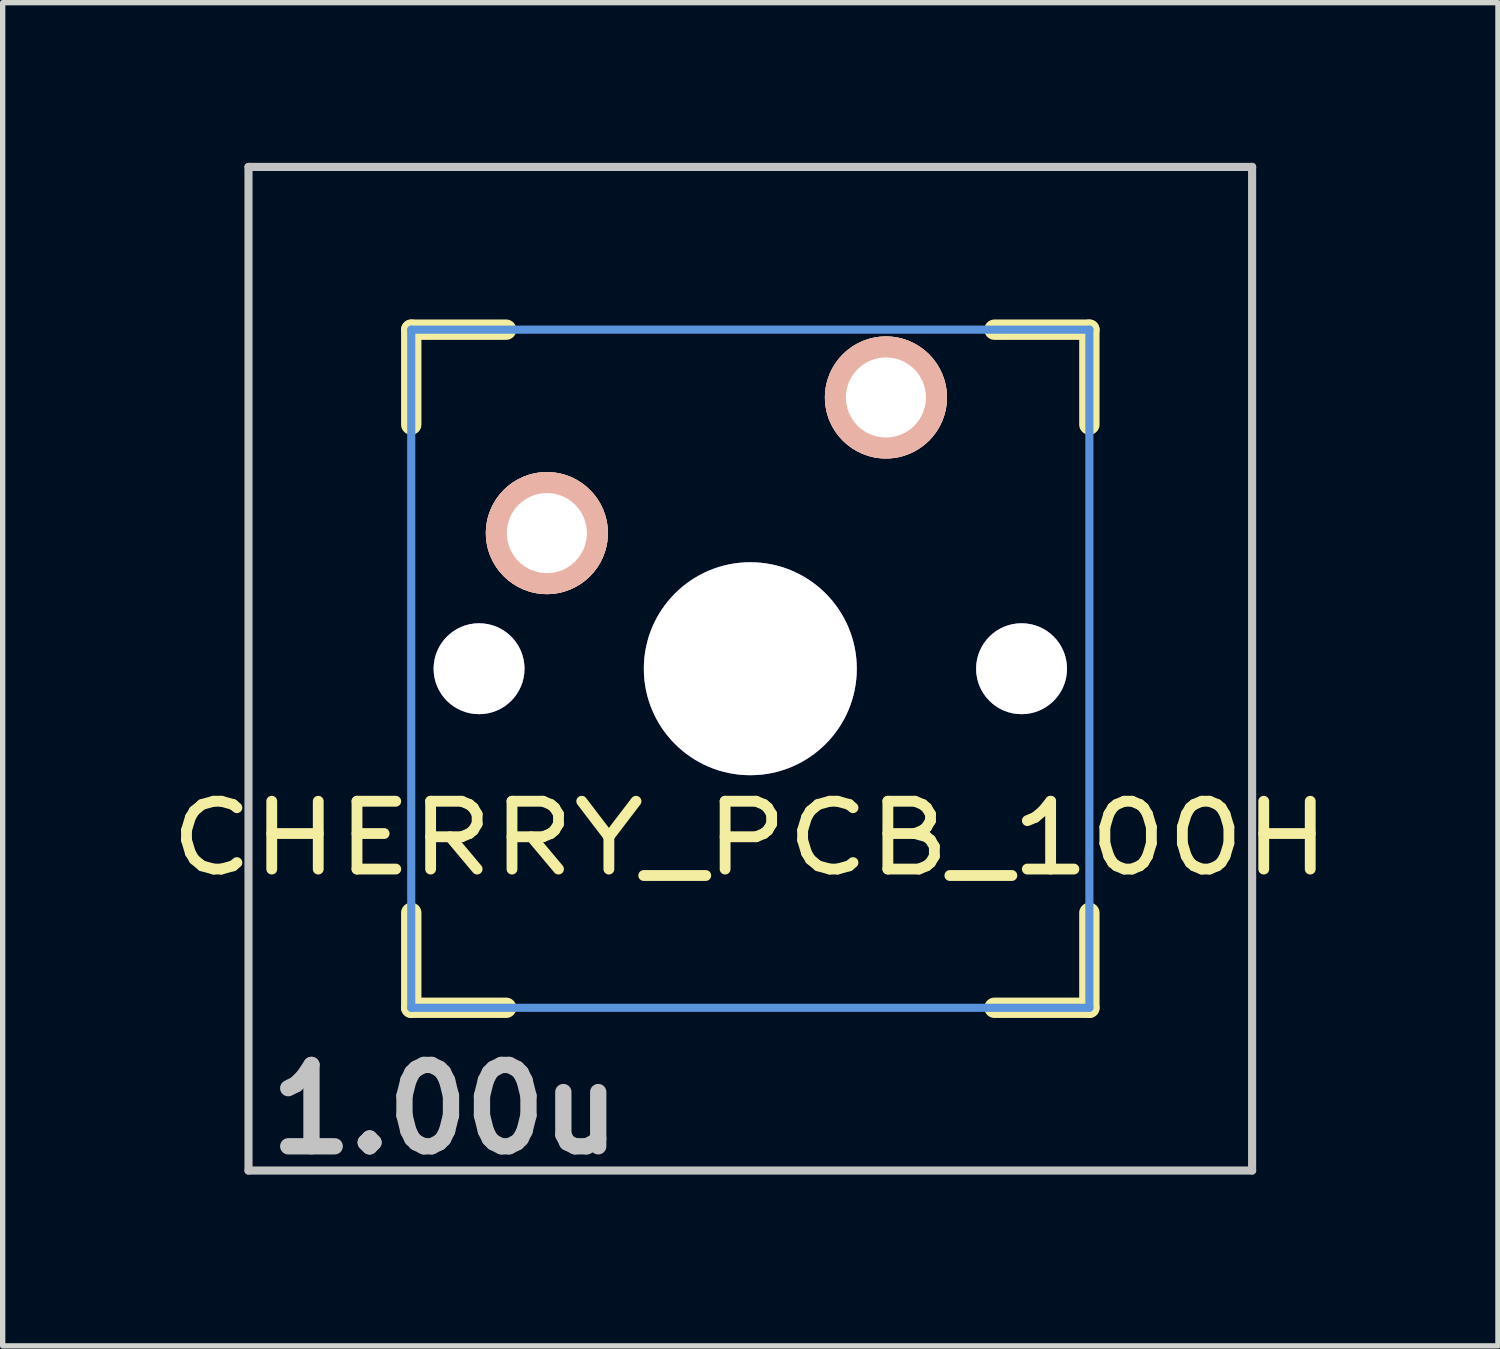
<source format=kicad_pcb>
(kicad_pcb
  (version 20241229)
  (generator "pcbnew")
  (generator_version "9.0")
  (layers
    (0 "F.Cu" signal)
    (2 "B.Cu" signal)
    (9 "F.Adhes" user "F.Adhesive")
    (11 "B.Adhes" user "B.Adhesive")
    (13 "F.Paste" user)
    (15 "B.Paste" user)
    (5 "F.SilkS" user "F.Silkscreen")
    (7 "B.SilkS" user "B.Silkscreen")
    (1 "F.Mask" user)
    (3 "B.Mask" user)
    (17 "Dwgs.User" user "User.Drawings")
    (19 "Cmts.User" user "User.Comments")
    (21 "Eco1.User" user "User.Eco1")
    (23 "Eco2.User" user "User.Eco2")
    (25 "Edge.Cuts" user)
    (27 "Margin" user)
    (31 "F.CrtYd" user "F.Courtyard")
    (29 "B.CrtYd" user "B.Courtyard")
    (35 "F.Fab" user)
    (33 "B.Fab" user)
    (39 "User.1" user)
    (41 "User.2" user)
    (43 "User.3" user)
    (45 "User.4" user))
  (footprint "CHERRY_PCB_100H"
    (layer "F.Cu")
    (at 11.002 9.474)
    (property "Reference" "CHERRY_PCB_100H" (at 0 3.175 0) (layer "F.SilkS") (effects (font (size 1.27 1.524) (thickness 0.203))))
    (attr through_hole)
    (fp_line (start -6.35 -6.35) (end -4.572 -6.35) (stroke (width 0.381) (type solid)) (layer "F.SilkS"))
    (fp_line (start -6.35 -4.572) (end -6.35 -6.35) (stroke (width 0.381) (type solid)) (layer "F.SilkS"))
    (fp_line (start -6.35 6.35) (end -6.35 4.572) (stroke (width 0.381) (type solid)) (layer "F.SilkS"))
    (fp_line (start -4.572 6.35) (end -6.35 6.35) (stroke (width 0.381) (type solid)) (layer "F.SilkS"))
    (fp_line (start 4.572 -6.35) (end 6.35 -6.35) (stroke (width 0.381) (type solid)) (layer "F.SilkS"))
    (fp_line (start 6.35 -6.35) (end 6.35 -4.572) (stroke (width 0.381) (type solid)) (layer "F.SilkS"))
    (fp_line (start 6.35 4.572) (end 6.35 6.35) (stroke (width 0.381) (type solid)) (layer "F.SilkS"))
    (fp_line (start 6.35 6.35) (end 4.572 6.35) (stroke (width 0.381) (type solid)) (layer "F.SilkS"))
    (fp_line (start -9.398 -9.398) (end 9.398 -9.398) (stroke (width 0.152) (type solid)) (layer "Dwgs.User"))
    (fp_line (start -9.398 9.398) (end -9.398 -9.398) (stroke (width 0.152) (type solid)) (layer "Dwgs.User"))
    (fp_line (start 9.398 -9.398) (end 9.398 9.398) (stroke (width 0.152) (type solid)) (layer "Dwgs.User"))
    (fp_line (start 9.398 9.398) (end -9.398 9.398) (stroke (width 0.152) (type solid)) (layer "Dwgs.User"))
    (fp_line (start -6.35 -6.35) (end 6.35 -6.35) (stroke (width 0.152) (type solid)) (layer "Cmts.User"))
    (fp_line (start -6.35 6.35) (end -6.35 -6.35) (stroke (width 0.152) (type solid)) (layer "Cmts.User"))
    (fp_line (start 6.35 -6.35) (end 6.35 6.35) (stroke (width 0.152) (type solid)) (layer "Cmts.User"))
    (fp_line (start 6.35 6.35) (end -6.35 6.35) (stroke (width 0.152) (type solid)) (layer "Cmts.User"))
    (fp_line (start -6.985 -6.985) (end 6.985 -6.985) (stroke (width 0.152) (type solid)) (layer "Eco2.User"))
    (fp_line (start -6.985 6.985) (end -6.985 -6.985) (stroke (width 0.152) (type solid)) (layer "Eco2.User"))
    (fp_line (start 6.985 -6.985) (end 6.985 6.985) (stroke (width 0.152) (type solid)) (layer "Eco2.User"))
    (fp_line (start 6.985 6.985) (end -6.985 6.985) (stroke (width 0.152) (type solid)) (layer "Eco2.User"))
    (fp_text user "1.00u" (at -5.715 8.255 0) (layer "Dwgs.User") (effects (font (size 1.524 1.524) (thickness 0.305))))
    (pad "1" thru_hole circle (at 2.54 -5.08) (size 2.286 2.286) (drill 1.499) (layers "*.Cu" "*.SilkS" "*.Mask"))
    (pad "2" thru_hole circle (at -3.81 -2.54) (size 2.286 2.286) (drill 1.499) (layers "*.Cu" "*.SilkS" "*.Mask"))
    (pad "HOLE" thru_hole circle (at -5.08 0) (size 1.702 1.702) (drill 1.702) (layers "*.Cu" "*.Mask"))
    (pad "HOLE" thru_hole circle (at 0 0) (size 3.988 3.988) (drill 3.988) (layers "*.Cu" "*.Mask"))
    (pad "HOLE" thru_hole circle (at 5.08 0) (size 1.702 1.702) (drill 1.702) (layers "*.Cu" "*.Mask")))
  (gr_rect
    (start -3 -3)
    (end 25.004 22.156)
    (stroke (width 0.1) (type default))
    (fill no)
    (layer "Edge.Cuts")))
</source>
